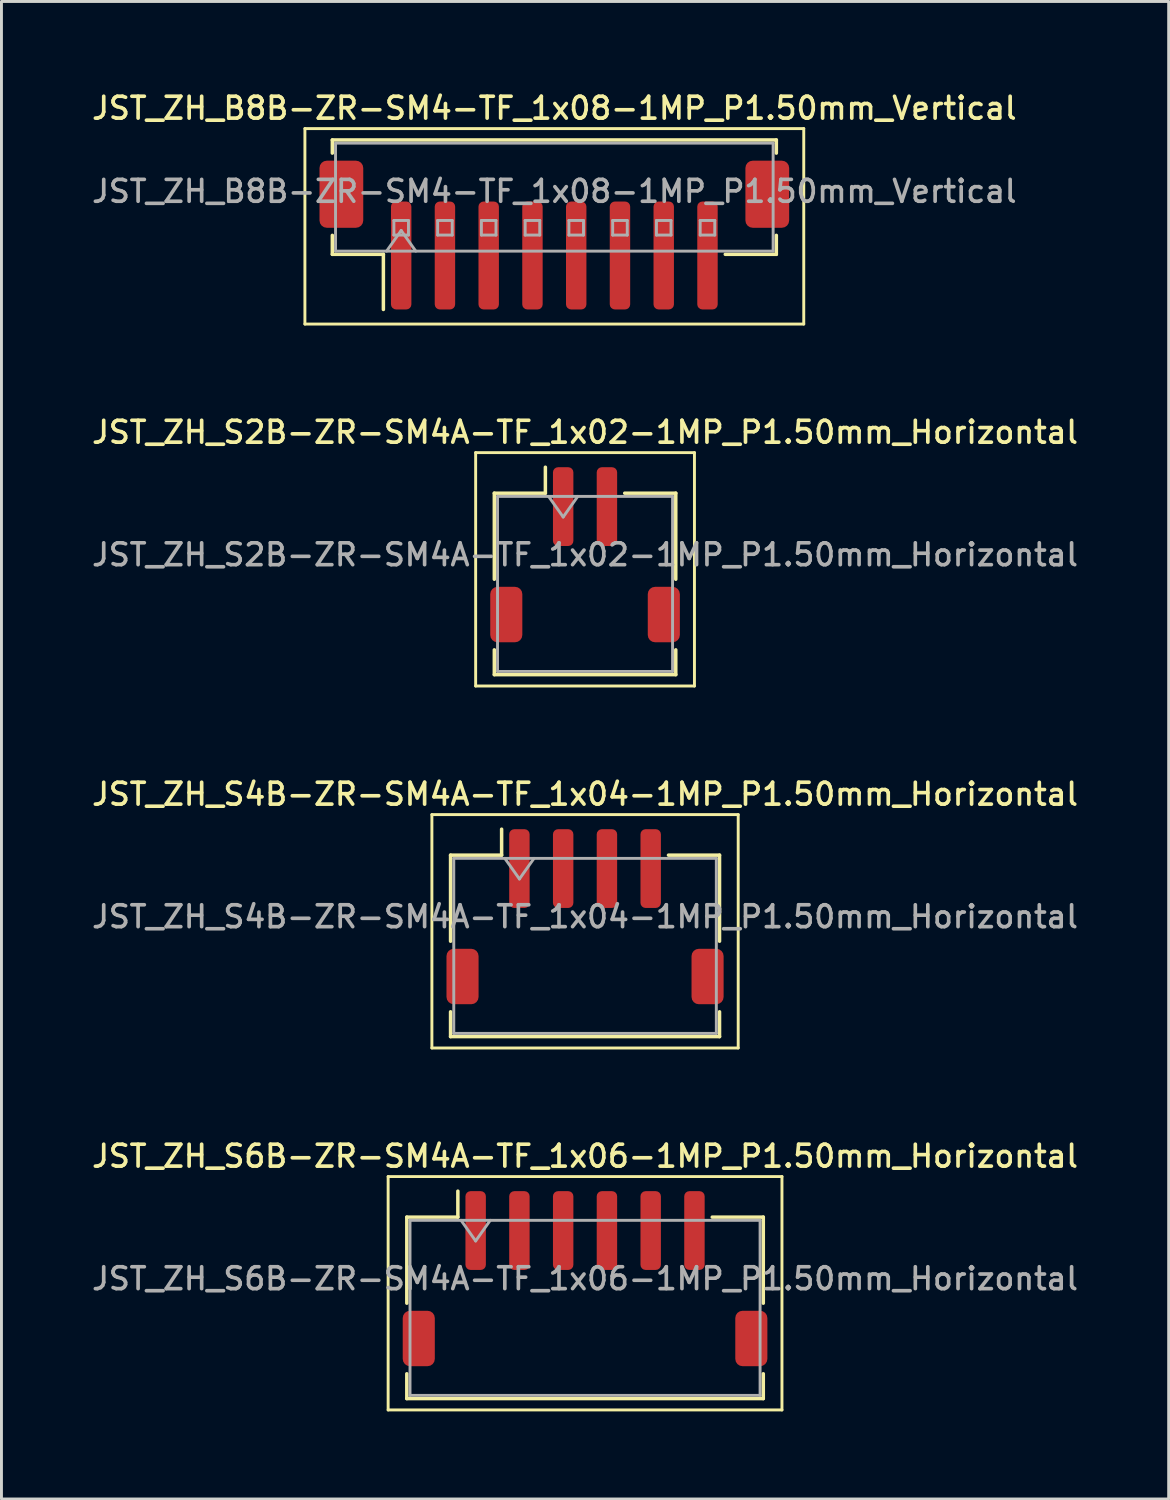
<source format=kicad_pcb>
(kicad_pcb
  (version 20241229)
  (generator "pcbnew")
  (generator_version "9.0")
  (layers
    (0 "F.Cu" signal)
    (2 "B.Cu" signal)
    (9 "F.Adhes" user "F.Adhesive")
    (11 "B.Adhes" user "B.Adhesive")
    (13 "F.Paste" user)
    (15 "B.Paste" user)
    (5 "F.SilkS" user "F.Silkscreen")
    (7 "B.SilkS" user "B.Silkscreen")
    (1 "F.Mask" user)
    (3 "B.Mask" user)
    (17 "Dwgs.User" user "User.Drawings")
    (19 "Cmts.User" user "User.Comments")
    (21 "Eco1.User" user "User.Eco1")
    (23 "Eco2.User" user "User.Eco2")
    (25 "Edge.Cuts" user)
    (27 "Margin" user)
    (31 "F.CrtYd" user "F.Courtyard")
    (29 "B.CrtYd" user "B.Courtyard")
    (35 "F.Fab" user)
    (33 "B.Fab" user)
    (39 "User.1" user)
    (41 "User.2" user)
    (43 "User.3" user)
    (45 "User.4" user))
  (footprint "JST_ZH_B8B-ZR-SM4-TF_1x08-1MP_P1.50mm_Vertical"
    (layer "F.Cu")
    (at 15.952 5.008)
    (property "Reference" "JST_ZH_B8B-ZR-SM4-TF_1x08-1MP_P1.50mm_Vertical" (at 0 -4.35 0) (layer "F.SilkS") (effects (font (size 0.75 0.75) (thickness 0.125))))
    (attr smd)
    (fp_line (start -8.55 -3.65) (end -8.55 3.05) (stroke (width 0.1) (type solid)) (layer "F.SilkS"))
    (fp_line (start -8.55 3.05) (end 8.55 3.05) (stroke (width 0.1) (type solid)) (layer "F.SilkS"))
    (fp_line (start -7.61 -3.26) (end 7.61 -3.26) (stroke (width 0.12) (type solid)) (layer "F.SilkS"))
    (fp_line (start -7.61 -2.81) (end -7.61 -3.26) (stroke (width 0.12) (type solid)) (layer "F.SilkS"))
    (fp_line (start -7.61 0.01) (end -7.61 0.66) (stroke (width 0.12) (type solid)) (layer "F.SilkS"))
    (fp_line (start -7.61 0.66) (end -5.86 0.66) (stroke (width 0.12) (type solid)) (layer "F.SilkS"))
    (fp_line (start -5.86 0.66) (end -5.86 2.55) (stroke (width 0.12) (type solid)) (layer "F.SilkS"))
    (fp_line (start 7.61 -3.26) (end 7.61 -2.81) (stroke (width 0.12) (type solid)) (layer "F.SilkS"))
    (fp_line (start 7.61 0.01) (end 7.61 0.66) (stroke (width 0.12) (type solid)) (layer "F.SilkS"))
    (fp_line (start 7.61 0.66) (end 5.86 0.66) (stroke (width 0.12) (type solid)) (layer "F.SilkS"))
    (fp_line (start 8.55 -3.65) (end -8.55 -3.65) (stroke (width 0.1) (type solid)) (layer "F.SilkS"))
    (fp_line (start 8.55 3.05) (end 8.55 -3.65) (stroke (width 0.1) (type solid)) (layer "F.SilkS"))
    (fp_line (start -7.5 -3.15) (end 7.5 -3.15) (stroke (width 0.1) (type solid)) (layer "F.Fab"))
    (fp_line (start -7.5 0.55) (end -7.5 -3.15) (stroke (width 0.1) (type solid)) (layer "F.Fab"))
    (fp_line (start -7.5 0.55) (end 7.5 0.55) (stroke (width 0.1) (type solid)) (layer "F.Fab"))
    (fp_line (start -5.75 0.55) (end -5.25 -0.157) (stroke (width 0.1) (type solid)) (layer "F.Fab"))
    (fp_line (start -5.5 -0.5) (end -5.5 0) (stroke (width 0.1) (type solid)) (layer "F.Fab"))
    (fp_line (start -5.5 0) (end -5 0) (stroke (width 0.1) (type solid)) (layer "F.Fab"))
    (fp_line (start -5.25 -0.157) (end -4.75 0.55) (stroke (width 0.1) (type solid)) (layer "F.Fab"))
    (fp_line (start -5 -0.5) (end -5.5 -0.5) (stroke (width 0.1) (type solid)) (layer "F.Fab"))
    (fp_line (start -5 0) (end -5 -0.5) (stroke (width 0.1) (type solid)) (layer "F.Fab"))
    (fp_line (start -4 -0.5) (end -4 0) (stroke (width 0.1) (type solid)) (layer "F.Fab"))
    (fp_line (start -4 0) (end -3.5 0) (stroke (width 0.1) (type solid)) (layer "F.Fab"))
    (fp_line (start -3.5 -0.5) (end -4 -0.5) (stroke (width 0.1) (type solid)) (layer "F.Fab"))
    (fp_line (start -3.5 0) (end -3.5 -0.5) (stroke (width 0.1) (type solid)) (layer "F.Fab"))
    (fp_line (start -2.5 -0.5) (end -2.5 0) (stroke (width 0.1) (type solid)) (layer "F.Fab"))
    (fp_line (start -2.5 0) (end -2 0) (stroke (width 0.1) (type solid)) (layer "F.Fab"))
    (fp_line (start -2 -0.5) (end -2.5 -0.5) (stroke (width 0.1) (type solid)) (layer "F.Fab"))
    (fp_line (start -2 0) (end -2 -0.5) (stroke (width 0.1) (type solid)) (layer "F.Fab"))
    (fp_line (start -1 -0.5) (end -1 0) (stroke (width 0.1) (type solid)) (layer "F.Fab"))
    (fp_line (start -1 0) (end -0.5 0) (stroke (width 0.1) (type solid)) (layer "F.Fab"))
    (fp_line (start -0.5 -0.5) (end -1 -0.5) (stroke (width 0.1) (type solid)) (layer "F.Fab"))
    (fp_line (start -0.5 0) (end -0.5 -0.5) (stroke (width 0.1) (type solid)) (layer "F.Fab"))
    (fp_line (start 0.5 -0.5) (end 0.5 0) (stroke (width 0.1) (type solid)) (layer "F.Fab"))
    (fp_line (start 0.5 0) (end 1 0) (stroke (width 0.1) (type solid)) (layer "F.Fab"))
    (fp_line (start 1 -0.5) (end 0.5 -0.5) (stroke (width 0.1) (type solid)) (layer "F.Fab"))
    (fp_line (start 1 0) (end 1 -0.5) (stroke (width 0.1) (type solid)) (layer "F.Fab"))
    (fp_line (start 2 -0.5) (end 2 0) (stroke (width 0.1) (type solid)) (layer "F.Fab"))
    (fp_line (start 2 0) (end 2.5 0) (stroke (width 0.1) (type solid)) (layer "F.Fab"))
    (fp_line (start 2.5 -0.5) (end 2 -0.5) (stroke (width 0.1) (type solid)) (layer "F.Fab"))
    (fp_line (start 2.5 0) (end 2.5 -0.5) (stroke (width 0.1) (type solid)) (layer "F.Fab"))
    (fp_line (start 3.5 -0.5) (end 3.5 0) (stroke (width 0.1) (type solid)) (layer "F.Fab"))
    (fp_line (start 3.5 0) (end 4 0) (stroke (width 0.1) (type solid)) (layer "F.Fab"))
    (fp_line (start 4 -0.5) (end 3.5 -0.5) (stroke (width 0.1) (type solid)) (layer "F.Fab"))
    (fp_line (start 4 0) (end 4 -0.5) (stroke (width 0.1) (type solid)) (layer "F.Fab"))
    (fp_line (start 5 -0.5) (end 5 0) (stroke (width 0.1) (type solid)) (layer "F.Fab"))
    (fp_line (start 5 0) (end 5.5 0) (stroke (width 0.1) (type solid)) (layer "F.Fab"))
    (fp_line (start 5.5 -0.5) (end 5 -0.5) (stroke (width 0.1) (type solid)) (layer "F.Fab"))
    (fp_line (start 5.5 0) (end 5.5 -0.5) (stroke (width 0.1) (type solid)) (layer "F.Fab"))
    (fp_line (start 7.5 0.55) (end 7.5 -3.15) (stroke (width 0.1) (type solid)) (layer "F.Fab"))
    (fp_text user "${REFERENCE}" (at 0 -1.5 0) (layer "F.Fab") (effects (font (size 0.75 0.75) (thickness 0.125))))
    (pad "1" smd roundrect (at -5.25 0.7) (size 0.7 3.7) (layers "F.Cu" "F.Mask" "F.Paste") (roundrect_rratio 0.25))
    (pad "2" smd roundrect (at -3.75 0.7) (size 0.7 3.7) (layers "F.Cu" "F.Mask" "F.Paste") (roundrect_rratio 0.25))
    (pad "3" smd roundrect (at -2.25 0.7) (size 0.7 3.7) (layers "F.Cu" "F.Mask" "F.Paste") (roundrect_rratio 0.25))
    (pad "4" smd roundrect (at -0.75 0.7) (size 0.7 3.7) (layers "F.Cu" "F.Mask" "F.Paste") (roundrect_rratio 0.25))
    (pad "5" smd roundrect (at 0.75 0.7) (size 0.7 3.7) (layers "F.Cu" "F.Mask" "F.Paste") (roundrect_rratio 0.25))
    (pad "6" smd roundrect (at 2.25 0.7) (size 0.7 3.7) (layers "F.Cu" "F.Mask" "F.Paste") (roundrect_rratio 0.25))
    (pad "7" smd roundrect (at 3.75 0.7) (size 0.7 3.7) (layers "F.Cu" "F.Mask" "F.Paste") (roundrect_rratio 0.25))
    (pad "8" smd roundrect (at 5.25 0.7) (size 0.7 3.7) (layers "F.Cu" "F.Mask" "F.Paste") (roundrect_rratio 0.25))
    (pad "MP" smd roundrect (at -7.3 -1.4) (size 1.5 2.3) (layers "F.Cu" "F.Mask" "F.Paste") (roundrect_rratio 0.167))
    (pad "MP" smd roundrect (at 7.3 -1.4) (size 1.5 2.3) (layers "F.Cu" "F.Mask" "F.Paste") (roundrect_rratio 0.167)))
  (footprint "JST_ZH_S6B-ZR-SM4A-TF_1x06-1MP_P1.50mm_Horizontal"
    (layer "F.Cu")
    (at 17.005 40.782)
    (property "Reference" "JST_ZH_S6B-ZR-SM4A-TF_1x06-1MP_P1.50mm_Horizontal" (at 0 -4.2 0) (layer "F.SilkS") (effects (font (size 0.75 0.75) (thickness 0.125))))
    (attr smd)
    (fp_line (start -6.75 -3.5) (end -6.75 4.5) (stroke (width 0.1) (type solid)) (layer "F.SilkS"))
    (fp_line (start -6.75 4.5) (end 6.75 4.5) (stroke (width 0.1) (type solid)) (layer "F.SilkS"))
    (fp_line (start -6.11 -2.11) (end -4.36 -2.11) (stroke (width 0.12) (type solid)) (layer "F.SilkS"))
    (fp_line (start -6.11 0.84) (end -6.11 -2.11) (stroke (width 0.12) (type solid)) (layer "F.SilkS"))
    (fp_line (start -6.11 3.26) (end -6.11 4.11) (stroke (width 0.12) (type solid)) (layer "F.SilkS"))
    (fp_line (start -6.11 4.11) (end 6.11 4.11) (stroke (width 0.12) (type solid)) (layer "F.SilkS"))
    (fp_line (start -4.36 -2.11) (end -4.36 -3) (stroke (width 0.12) (type solid)) (layer "F.SilkS"))
    (fp_line (start 6.11 -2.11) (end 4.36 -2.11) (stroke (width 0.12) (type solid)) (layer "F.SilkS"))
    (fp_line (start 6.11 0.84) (end 6.11 -2.11) (stroke (width 0.12) (type solid)) (layer "F.SilkS"))
    (fp_line (start 6.11 4.11) (end 6.11 3.26) (stroke (width 0.12) (type solid)) (layer "F.SilkS"))
    (fp_line (start 6.75 -3.5) (end -6.75 -3.5) (stroke (width 0.1) (type solid)) (layer "F.SilkS"))
    (fp_line (start 6.75 4.5) (end 6.75 -3.5) (stroke (width 0.1) (type solid)) (layer "F.SilkS"))
    (fp_line (start -6 -2) (end -6 4) (stroke (width 0.1) (type solid)) (layer "F.Fab"))
    (fp_line (start -6 -2) (end 6 -2) (stroke (width 0.1) (type solid)) (layer "F.Fab"))
    (fp_line (start -6 4) (end 6 4) (stroke (width 0.1) (type solid)) (layer "F.Fab"))
    (fp_line (start -4.25 -2) (end -3.75 -1.293) (stroke (width 0.1) (type solid)) (layer "F.Fab"))
    (fp_line (start -3.75 -1.293) (end -3.25 -2) (stroke (width 0.1) (type solid)) (layer "F.Fab"))
    (fp_line (start 6 -2) (end 6 4) (stroke (width 0.1) (type solid)) (layer "F.Fab"))
    (fp_text user "${REFERENCE}" (at 0 0 0) (layer "F.Fab") (effects (font (size 0.75 0.75) (thickness 0.125))))
    (pad "1" smd roundrect (at -3.75 -1.65) (size 0.7 2.7) (layers "F.Cu" "F.Mask" "F.Paste") (roundrect_rratio 0.25))
    (pad "2" smd roundrect (at -2.25 -1.65) (size 0.7 2.7) (layers "F.Cu" "F.Mask" "F.Paste") (roundrect_rratio 0.25))
    (pad "3" smd roundrect (at -0.75 -1.65) (size 0.7 2.7) (layers "F.Cu" "F.Mask" "F.Paste") (roundrect_rratio 0.25))
    (pad "4" smd roundrect (at 0.75 -1.65) (size 0.7 2.7) (layers "F.Cu" "F.Mask" "F.Paste") (roundrect_rratio 0.25))
    (pad "5" smd roundrect (at 2.25 -1.65) (size 0.7 2.7) (layers "F.Cu" "F.Mask" "F.Paste") (roundrect_rratio 0.25))
    (pad "6" smd roundrect (at 3.75 -1.65) (size 0.7 2.7) (layers "F.Cu" "F.Mask" "F.Paste") (roundrect_rratio 0.25))
    (pad "MP" smd roundrect (at -5.7 2.05) (size 1.1 1.9) (layers "F.Cu" "F.Mask" "F.Paste") (roundrect_rratio 0.227))
    (pad "MP" smd roundrect (at 5.7 2.05) (size 1.1 1.9) (layers "F.Cu" "F.Mask" "F.Paste") (roundrect_rratio 0.227)))
  (footprint "JST_ZH_S2B-ZR-SM4A-TF_1x02-1MP_P1.50mm_Horizontal"
    (layer "F.Cu")
    (at 17.005 15.966)
    (property "Reference" "JST_ZH_S2B-ZR-SM4A-TF_1x02-1MP_P1.50mm_Horizontal" (at 0 -4.2 0) (layer "F.SilkS") (effects (font (size 0.75 0.75) (thickness 0.125))))
    (attr smd)
    (fp_line (start -3.75 -3.5) (end -3.75 4.5) (stroke (width 0.1) (type solid)) (layer "F.SilkS"))
    (fp_line (start -3.75 4.5) (end 3.75 4.5) (stroke (width 0.1) (type solid)) (layer "F.SilkS"))
    (fp_line (start -3.11 -2.11) (end -1.36 -2.11) (stroke (width 0.12) (type solid)) (layer "F.SilkS"))
    (fp_line (start -3.11 0.84) (end -3.11 -2.11) (stroke (width 0.12) (type solid)) (layer "F.SilkS"))
    (fp_line (start -3.11 3.26) (end -3.11 4.11) (stroke (width 0.12) (type solid)) (layer "F.SilkS"))
    (fp_line (start -3.11 4.11) (end 3.11 4.11) (stroke (width 0.12) (type solid)) (layer "F.SilkS"))
    (fp_line (start -1.36 -2.11) (end -1.36 -3) (stroke (width 0.12) (type solid)) (layer "F.SilkS"))
    (fp_line (start 3.11 -2.11) (end 1.36 -2.11) (stroke (width 0.12) (type solid)) (layer "F.SilkS"))
    (fp_line (start 3.11 0.84) (end 3.11 -2.11) (stroke (width 0.12) (type solid)) (layer "F.SilkS"))
    (fp_line (start 3.11 4.11) (end 3.11 3.26) (stroke (width 0.12) (type solid)) (layer "F.SilkS"))
    (fp_line (start 3.75 -3.5) (end -3.75 -3.5) (stroke (width 0.1) (type solid)) (layer "F.SilkS"))
    (fp_line (start 3.75 4.5) (end 3.75 -3.5) (stroke (width 0.1) (type solid)) (layer "F.SilkS"))
    (fp_line (start -3 -2) (end -3 4) (stroke (width 0.1) (type solid)) (layer "F.Fab"))
    (fp_line (start -3 -2) (end 3 -2) (stroke (width 0.1) (type solid)) (layer "F.Fab"))
    (fp_line (start -3 4) (end 3 4) (stroke (width 0.1) (type solid)) (layer "F.Fab"))
    (fp_line (start -1.25 -2) (end -0.75 -1.293) (stroke (width 0.1) (type solid)) (layer "F.Fab"))
    (fp_line (start -0.75 -1.293) (end -0.25 -2) (stroke (width 0.1) (type solid)) (layer "F.Fab"))
    (fp_line (start 3 -2) (end 3 4) (stroke (width 0.1) (type solid)) (layer "F.Fab"))
    (fp_text user "${REFERENCE}" (at 0 0 0) (layer "F.Fab") (effects (font (size 0.75 0.75) (thickness 0.125))))
    (pad "1" smd roundrect (at -0.75 -1.65) (size 0.7 2.7) (layers "F.Cu" "F.Mask" "F.Paste") (roundrect_rratio 0.25))
    (pad "2" smd roundrect (at 0.75 -1.65) (size 0.7 2.7) (layers "F.Cu" "F.Mask" "F.Paste") (roundrect_rratio 0.25))
    (pad "MP" smd roundrect (at -2.7 2.05) (size 1.1 1.9) (layers "F.Cu" "F.Mask" "F.Paste") (roundrect_rratio 0.227))
    (pad "MP" smd roundrect (at 2.7 2.05) (size 1.1 1.9) (layers "F.Cu" "F.Mask" "F.Paste") (roundrect_rratio 0.227)))
  (footprint "JST_ZH_S4B-ZR-SM4A-TF_1x04-1MP_P1.50mm_Horizontal"
    (layer "F.Cu")
    (at 17.005 28.374)
    (property "Reference" "JST_ZH_S4B-ZR-SM4A-TF_1x04-1MP_P1.50mm_Horizontal" (at 0 -4.2 0) (layer "F.SilkS") (effects (font (size 0.75 0.75) (thickness 0.125))))
    (attr smd)
    (fp_line (start -5.25 -3.5) (end -5.25 4.5) (stroke (width 0.1) (type solid)) (layer "F.SilkS"))
    (fp_line (start -5.25 4.5) (end 5.25 4.5) (stroke (width 0.1) (type solid)) (layer "F.SilkS"))
    (fp_line (start -4.61 -2.11) (end -2.86 -2.11) (stroke (width 0.12) (type solid)) (layer "F.SilkS"))
    (fp_line (start -4.61 0.84) (end -4.61 -2.11) (stroke (width 0.12) (type solid)) (layer "F.SilkS"))
    (fp_line (start -4.61 3.26) (end -4.61 4.11) (stroke (width 0.12) (type solid)) (layer "F.SilkS"))
    (fp_line (start -4.61 4.11) (end 4.61 4.11) (stroke (width 0.12) (type solid)) (layer "F.SilkS"))
    (fp_line (start -2.86 -2.11) (end -2.86 -3) (stroke (width 0.12) (type solid)) (layer "F.SilkS"))
    (fp_line (start 4.61 -2.11) (end 2.86 -2.11) (stroke (width 0.12) (type solid)) (layer "F.SilkS"))
    (fp_line (start 4.61 0.84) (end 4.61 -2.11) (stroke (width 0.12) (type solid)) (layer "F.SilkS"))
    (fp_line (start 4.61 4.11) (end 4.61 3.26) (stroke (width 0.12) (type solid)) (layer "F.SilkS"))
    (fp_line (start 5.25 -3.5) (end -5.25 -3.5) (stroke (width 0.1) (type solid)) (layer "F.SilkS"))
    (fp_line (start 5.25 4.5) (end 5.25 -3.5) (stroke (width 0.1) (type solid)) (layer "F.SilkS"))
    (fp_line (start -4.5 -2) (end -4.5 4) (stroke (width 0.1) (type solid)) (layer "F.Fab"))
    (fp_line (start -4.5 -2) (end 4.5 -2) (stroke (width 0.1) (type solid)) (layer "F.Fab"))
    (fp_line (start -4.5 4) (end 4.5 4) (stroke (width 0.1) (type solid)) (layer "F.Fab"))
    (fp_line (start -2.75 -2) (end -2.25 -1.293) (stroke (width 0.1) (type solid)) (layer "F.Fab"))
    (fp_line (start -2.25 -1.293) (end -1.75 -2) (stroke (width 0.1) (type solid)) (layer "F.Fab"))
    (fp_line (start 4.5 -2) (end 4.5 4) (stroke (width 0.1) (type solid)) (layer "F.Fab"))
    (fp_text user "${REFERENCE}" (at 0 0 0) (layer "F.Fab") (effects (font (size 0.75 0.75) (thickness 0.125))))
    (pad "1" smd roundrect (at -2.25 -1.65) (size 0.7 2.7) (layers "F.Cu" "F.Mask" "F.Paste") (roundrect_rratio 0.25))
    (pad "2" smd roundrect (at -0.75 -1.65) (size 0.7 2.7) (layers "F.Cu" "F.Mask" "F.Paste") (roundrect_rratio 0.25))
    (pad "3" smd roundrect (at 0.75 -1.65) (size 0.7 2.7) (layers "F.Cu" "F.Mask" "F.Paste") (roundrect_rratio 0.25))
    (pad "4" smd roundrect (at 2.25 -1.65) (size 0.7 2.7) (layers "F.Cu" "F.Mask" "F.Paste") (roundrect_rratio 0.25))
    (pad "MP" smd roundrect (at -4.2 2.05) (size 1.1 1.9) (layers "F.Cu" "F.Mask" "F.Paste") (roundrect_rratio 0.227))
    (pad "MP" smd roundrect (at 4.2 2.05) (size 1.1 1.9) (layers "F.Cu" "F.Mask" "F.Paste") (roundrect_rratio 0.227)))
  (gr_rect
    (start -3 -3)
    (end 37.011 48.333)
    (stroke (width 0.1) (type default))
    (fill no)
    (layer "Edge.Cuts")))
</source>
